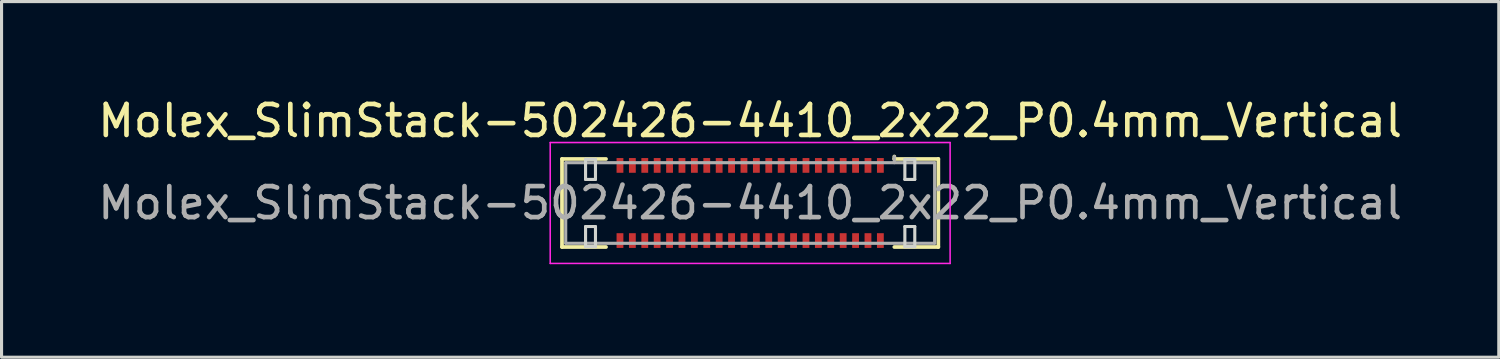
<source format=kicad_pcb>
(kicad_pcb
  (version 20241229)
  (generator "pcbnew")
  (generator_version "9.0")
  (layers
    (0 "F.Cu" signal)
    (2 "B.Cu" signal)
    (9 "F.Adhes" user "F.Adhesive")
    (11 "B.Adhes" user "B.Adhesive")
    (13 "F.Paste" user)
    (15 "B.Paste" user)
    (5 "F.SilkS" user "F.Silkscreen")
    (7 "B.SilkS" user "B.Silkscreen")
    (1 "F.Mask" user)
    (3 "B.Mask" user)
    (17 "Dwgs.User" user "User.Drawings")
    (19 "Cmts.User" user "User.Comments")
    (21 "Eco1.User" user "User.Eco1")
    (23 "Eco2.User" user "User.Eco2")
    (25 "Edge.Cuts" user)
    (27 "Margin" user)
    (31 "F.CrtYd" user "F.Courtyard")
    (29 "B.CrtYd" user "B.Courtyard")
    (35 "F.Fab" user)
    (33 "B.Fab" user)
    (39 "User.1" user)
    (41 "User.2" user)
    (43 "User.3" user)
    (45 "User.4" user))
  (footprint "Molex_SlimStack-502426-4410_2x22_P0.4mm_Vertical"
    (layer "F.Cu")
    (at 21.149 3.498)
    (property "Reference" "Molex_SlimStack-502426-4410_2x22_P0.4mm_Vertical" (at 0 -2.65 0) (layer "F.SilkS") (effects (font (size 1 1) (thickness 0.15))))
    (attr smd)
    (fp_line (start -6.07 -1.42) (end -4.65 -1.42) (stroke (width 0.12) (type solid)) (layer "F.SilkS"))
    (fp_line (start -6.07 1.42) (end -6.07 -1.42) (stroke (width 0.12) (type solid)) (layer "F.SilkS"))
    (fp_line (start -4.65 1.42) (end -6.07 1.42) (stroke (width 0.12) (type solid)) (layer "F.SilkS"))
    (fp_line (start 4.65 -1.42) (end 4.65 -1.5) (stroke (width 0.12) (type solid)) (layer "F.SilkS"))
    (fp_line (start 4.65 1.42) (end 6.07 1.42) (stroke (width 0.12) (type solid)) (layer "F.SilkS"))
    (fp_line (start 6.07 -1.42) (end 4.65 -1.42) (stroke (width 0.12) (type solid)) (layer "F.SilkS"))
    (fp_line (start 6.07 1.42) (end 6.07 -1.42) (stroke (width 0.12) (type solid)) (layer "F.SilkS"))
    (fp_line (start -5.31 -1.41) (end -5.31 -0.76) (stroke (width 0.1) (type solid)) (layer "Edge.Cuts"))
    (fp_line (start -5.31 -0.76) (end -4.99 -0.76) (stroke (width 0.1) (type solid)) (layer "Edge.Cuts"))
    (fp_line (start -5.31 0.76) (end -5.31 1.41) (stroke (width 0.1) (type solid)) (layer "Edge.Cuts"))
    (fp_line (start -5.31 1.41) (end -4.99 1.41) (stroke (width 0.1) (type solid)) (layer "Edge.Cuts"))
    (fp_line (start -4.99 -1.41) (end -5.31 -1.41) (stroke (width 0.1) (type solid)) (layer "Edge.Cuts"))
    (fp_line (start -4.99 -0.76) (end -4.99 -1.41) (stroke (width 0.1) (type solid)) (layer "Edge.Cuts"))
    (fp_line (start -4.99 0.76) (end -5.31 0.76) (stroke (width 0.1) (type solid)) (layer "Edge.Cuts"))
    (fp_line (start -4.99 1.41) (end -4.99 0.76) (stroke (width 0.1) (type solid)) (layer "Edge.Cuts"))
    (fp_line (start 4.99 -1.41) (end 4.99 -0.76) (stroke (width 0.1) (type solid)) (layer "Edge.Cuts"))
    (fp_line (start 4.99 -0.76) (end 5.31 -0.76) (stroke (width 0.1) (type solid)) (layer "Edge.Cuts"))
    (fp_line (start 4.99 0.76) (end 4.99 1.41) (stroke (width 0.1) (type solid)) (layer "Edge.Cuts"))
    (fp_line (start 4.99 1.41) (end 5.31 1.41) (stroke (width 0.1) (type solid)) (layer "Edge.Cuts"))
    (fp_line (start 5.31 -1.41) (end 4.99 -1.41) (stroke (width 0.1) (type solid)) (layer "Edge.Cuts"))
    (fp_line (start 5.31 -0.76) (end 5.31 -1.41) (stroke (width 0.1) (type solid)) (layer "Edge.Cuts"))
    (fp_line (start 5.31 0.76) (end 4.99 0.76) (stroke (width 0.1) (type solid)) (layer "Edge.Cuts"))
    (fp_line (start 5.31 1.41) (end 5.31 0.76) (stroke (width 0.1) (type solid)) (layer "Edge.Cuts"))
    (fp_line (start -6.45 -1.95) (end -6.45 1.95) (stroke (width 0.05) (type solid)) (layer "F.CrtYd"))
    (fp_line (start -6.45 1.95) (end 6.45 1.95) (stroke (width 0.05) (type solid)) (layer "F.CrtYd"))
    (fp_line (start 6.45 -1.95) (end -6.45 -1.95) (stroke (width 0.05) (type solid)) (layer "F.CrtYd"))
    (fp_line (start 6.45 1.95) (end 6.45 -1.95) (stroke (width 0.05) (type solid)) (layer "F.CrtYd"))
    (fp_line (start -5.95 -1.3) (end -5.95 1.3) (stroke (width 0.1) (type solid)) (layer "F.Fab"))
    (fp_line (start -5.95 1.3) (end 5.95 1.3) (stroke (width 0.1) (type solid)) (layer "F.Fab"))
    (fp_line (start 4.65 -1.3) (end 4.65 -1.5) (stroke (width 0.1) (type solid)) (layer "F.Fab"))
    (fp_line (start 5.95 -1.3) (end -5.95 -1.3) (stroke (width 0.1) (type solid)) (layer "F.Fab"))
    (fp_line (start 5.95 1.3) (end 5.95 -1.3) (stroke (width 0.1) (type solid)) (layer "F.Fab"))
    (fp_text user "${REFERENCE}" (at 0 0 0) (layer "F.Fab") (effects (font (size 1 1) (thickness 0.15))))
    (pad "1" smd rect (at 4.2 -1.212) (size 0.22 0.475) (layers "F.Cu" "F.Mask" "F.Paste"))
    (pad "2" smd rect (at 4.2 1.212) (size 0.22 0.475) (layers "F.Cu" "F.Mask" "F.Paste"))
    (pad "3" smd rect (at 3.8 -1.212) (size 0.22 0.475) (layers "F.Cu" "F.Mask" "F.Paste"))
    (pad "4" smd rect (at 3.8 1.212) (size 0.22 0.475) (layers "F.Cu" "F.Mask" "F.Paste"))
    (pad "5" smd rect (at 3.4 -1.212) (size 0.22 0.475) (layers "F.Cu" "F.Mask" "F.Paste"))
    (pad "6" smd rect (at 3.4 1.212) (size 0.22 0.475) (layers "F.Cu" "F.Mask" "F.Paste"))
    (pad "7" smd rect (at 3 -1.212) (size 0.22 0.475) (layers "F.Cu" "F.Mask" "F.Paste"))
    (pad "8" smd rect (at 3 1.212) (size 0.22 0.475) (layers "F.Cu" "F.Mask" "F.Paste"))
    (pad "9" smd rect (at 2.6 -1.212) (size 0.22 0.475) (layers "F.Cu" "F.Mask" "F.Paste"))
    (pad "10" smd rect (at 2.6 1.212) (size 0.22 0.475) (layers "F.Cu" "F.Mask" "F.Paste"))
    (pad "11" smd rect (at 2.2 -1.212) (size 0.22 0.475) (layers "F.Cu" "F.Mask" "F.Paste"))
    (pad "12" smd rect (at 2.2 1.212) (size 0.22 0.475) (layers "F.Cu" "F.Mask" "F.Paste"))
    (pad "13" smd rect (at 1.8 -1.212) (size 0.22 0.475) (layers "F.Cu" "F.Mask" "F.Paste"))
    (pad "14" smd rect (at 1.8 1.212) (size 0.22 0.475) (layers "F.Cu" "F.Mask" "F.Paste"))
    (pad "15" smd rect (at 1.4 -1.212) (size 0.22 0.475) (layers "F.Cu" "F.Mask" "F.Paste"))
    (pad "16" smd rect (at 1.4 1.212) (size 0.22 0.475) (layers "F.Cu" "F.Mask" "F.Paste"))
    (pad "17" smd rect (at 1 -1.212) (size 0.22 0.475) (layers "F.Cu" "F.Mask" "F.Paste"))
    (pad "18" smd rect (at 1 1.212) (size 0.22 0.475) (layers "F.Cu" "F.Mask" "F.Paste"))
    (pad "19" smd rect (at 0.6 -1.212) (size 0.22 0.475) (layers "F.Cu" "F.Mask" "F.Paste"))
    (pad "20" smd rect (at 0.6 1.212) (size 0.22 0.475) (layers "F.Cu" "F.Mask" "F.Paste"))
    (pad "21" smd rect (at 0.2 -1.212) (size 0.22 0.475) (layers "F.Cu" "F.Mask" "F.Paste"))
    (pad "22" smd rect (at 0.2 1.212) (size 0.22 0.475) (layers "F.Cu" "F.Mask" "F.Paste"))
    (pad "23" smd rect (at -0.2 -1.212) (size 0.22 0.475) (layers "F.Cu" "F.Mask" "F.Paste"))
    (pad "24" smd rect (at -0.2 1.212) (size 0.22 0.475) (layers "F.Cu" "F.Mask" "F.Paste"))
    (pad "25" smd rect (at -0.6 -1.212) (size 0.22 0.475) (layers "F.Cu" "F.Mask" "F.Paste"))
    (pad "26" smd rect (at -0.6 1.212) (size 0.22 0.475) (layers "F.Cu" "F.Mask" "F.Paste"))
    (pad "27" smd rect (at -1 -1.212) (size 0.22 0.475) (layers "F.Cu" "F.Mask" "F.Paste"))
    (pad "28" smd rect (at -1 1.212) (size 0.22 0.475) (layers "F.Cu" "F.Mask" "F.Paste"))
    (pad "29" smd rect (at -1.4 -1.212) (size 0.22 0.475) (layers "F.Cu" "F.Mask" "F.Paste"))
    (pad "30" smd rect (at -1.4 1.212) (size 0.22 0.475) (layers "F.Cu" "F.Mask" "F.Paste"))
    (pad "31" smd rect (at -1.8 -1.212) (size 0.22 0.475) (layers "F.Cu" "F.Mask" "F.Paste"))
    (pad "32" smd rect (at -1.8 1.212) (size 0.22 0.475) (layers "F.Cu" "F.Mask" "F.Paste"))
    (pad "33" smd rect (at -2.2 -1.212) (size 0.22 0.475) (layers "F.Cu" "F.Mask" "F.Paste"))
    (pad "34" smd rect (at -2.2 1.212) (size 0.22 0.475) (layers "F.Cu" "F.Mask" "F.Paste"))
    (pad "35" smd rect (at -2.6 -1.212) (size 0.22 0.475) (layers "F.Cu" "F.Mask" "F.Paste"))
    (pad "36" smd rect (at -2.6 1.212) (size 0.22 0.475) (layers "F.Cu" "F.Mask" "F.Paste"))
    (pad "37" smd rect (at -3 -1.212) (size 0.22 0.475) (layers "F.Cu" "F.Mask" "F.Paste"))
    (pad "38" smd rect (at -3 1.212) (size 0.22 0.475) (layers "F.Cu" "F.Mask" "F.Paste"))
    (pad "39" smd rect (at -3.4 -1.212) (size 0.22 0.475) (layers "F.Cu" "F.Mask" "F.Paste"))
    (pad "40" smd rect (at -3.4 1.212) (size 0.22 0.475) (layers "F.Cu" "F.Mask" "F.Paste"))
    (pad "41" smd rect (at -3.8 -1.212) (size 0.22 0.475) (layers "F.Cu" "F.Mask" "F.Paste"))
    (pad "42" smd rect (at -3.8 1.212) (size 0.22 0.475) (layers "F.Cu" "F.Mask" "F.Paste"))
    (pad "43" smd rect (at -4.2 -1.212) (size 0.22 0.475) (layers "F.Cu" "F.Mask" "F.Paste"))
    (pad "44" smd rect (at -4.2 1.212) (size 0.22 0.475) (layers "F.Cu" "F.Mask" "F.Paste")))
  (gr_rect
    (start -3 -3)
    (end 45.298 8.473)
    (stroke (width 0.1) (type default))
    (fill no)
    (layer "Edge.Cuts")))
</source>
